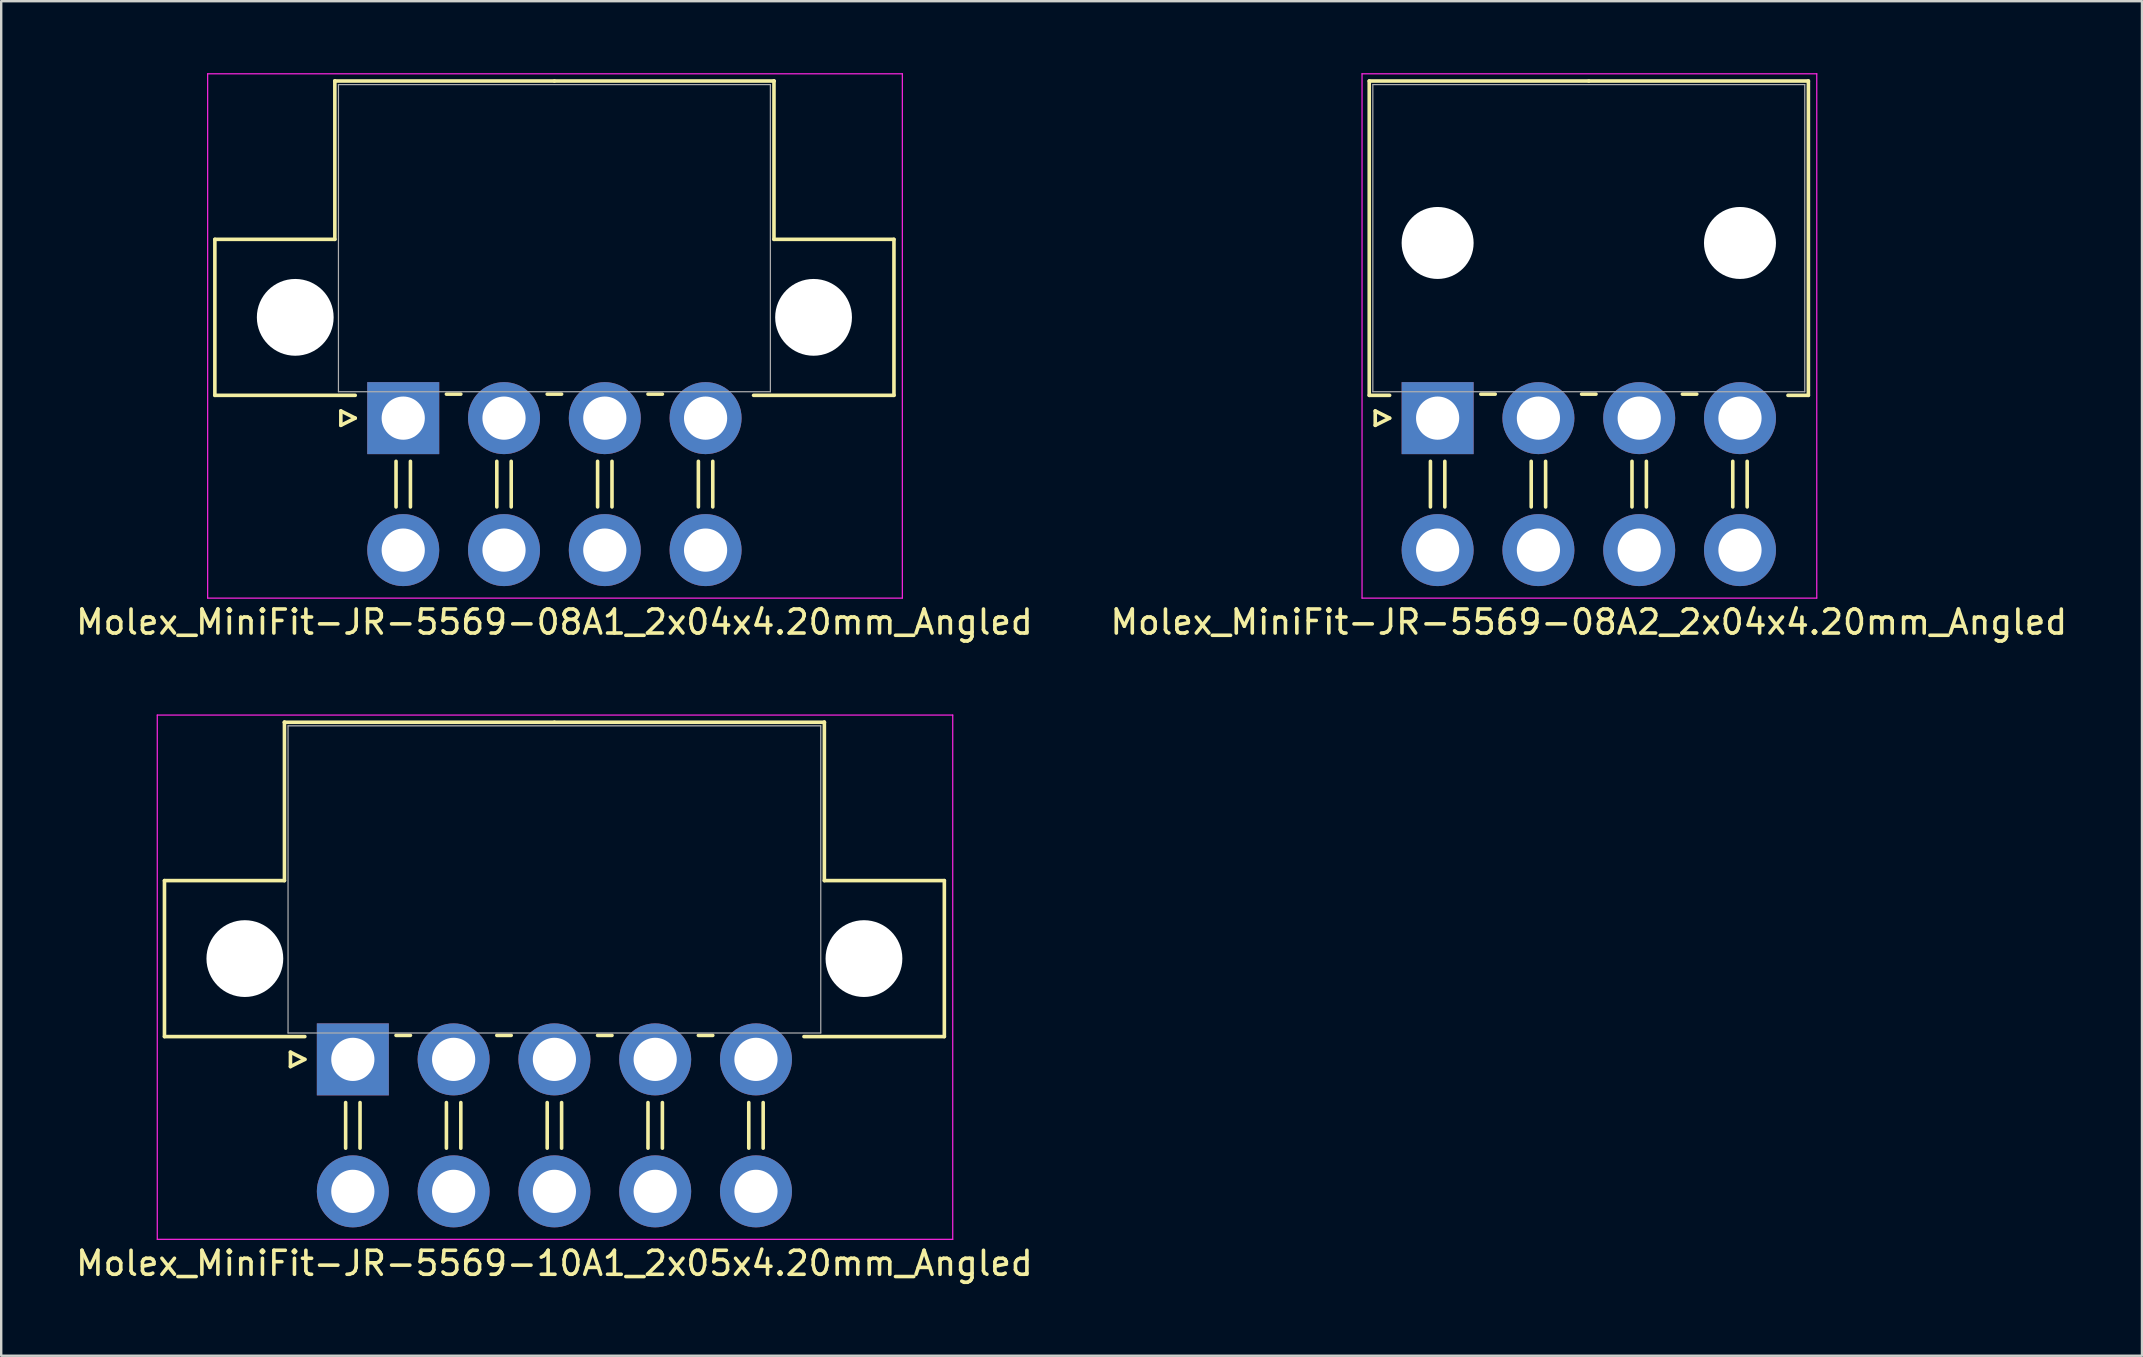
<source format=kicad_pcb>
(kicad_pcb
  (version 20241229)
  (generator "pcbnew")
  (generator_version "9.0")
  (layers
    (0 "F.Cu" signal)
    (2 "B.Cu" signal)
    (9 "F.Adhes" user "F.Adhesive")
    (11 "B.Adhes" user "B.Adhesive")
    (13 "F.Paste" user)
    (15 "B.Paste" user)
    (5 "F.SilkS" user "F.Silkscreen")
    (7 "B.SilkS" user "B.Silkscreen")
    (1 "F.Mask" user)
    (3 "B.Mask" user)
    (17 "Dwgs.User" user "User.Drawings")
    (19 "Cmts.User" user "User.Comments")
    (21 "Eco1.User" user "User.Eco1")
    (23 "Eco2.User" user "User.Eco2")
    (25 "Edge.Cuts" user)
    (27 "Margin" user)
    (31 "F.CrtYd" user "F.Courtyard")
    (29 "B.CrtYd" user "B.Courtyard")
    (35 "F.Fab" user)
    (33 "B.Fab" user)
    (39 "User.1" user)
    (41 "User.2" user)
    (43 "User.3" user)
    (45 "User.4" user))
  (footprint "Molex_MiniFit-JR-5569-10A1_2x05x4.20mm_Angled"
    (layer "F.Cu")
    (at 11.654 41.098)
    (property "Reference" "Molex_MiniFit-JR-5569-10A1_2x05x4.20mm_Angled" (at 8.4 8.5 0) (layer "F.SilkS") (effects (font (size 1 1) (thickness 0.15))))
    (attr through_hole)
    (fp_line (start -7.85 -7.45) (end -7.85 -0.95) (stroke (width 0.15) (type solid)) (layer "F.SilkS"))
    (fp_line (start -7.85 -0.95) (end -2 -0.95) (stroke (width 0.15) (type solid)) (layer "F.SilkS"))
    (fp_line (start -2.85 -14.05) (end -2.85 -14.05) (stroke (width 0.15) (type solid)) (layer "F.SilkS"))
    (fp_line (start -2.85 -14.05) (end -2.85 -7.45) (stroke (width 0.15) (type solid)) (layer "F.SilkS"))
    (fp_line (start -2.85 -7.45) (end -7.85 -7.45) (stroke (width 0.15) (type solid)) (layer "F.SilkS"))
    (fp_line (start -2.6 -0.3) (end -2 0) (stroke (width 0.15) (type solid)) (layer "F.SilkS"))
    (fp_line (start -2.6 0.3) (end -2.6 -0.3) (stroke (width 0.15) (type solid)) (layer "F.SilkS"))
    (fp_line (start -2 0) (end -2.6 0.3) (stroke (width 0.15) (type solid)) (layer "F.SilkS"))
    (fp_line (start -0.3 1.8) (end -0.3 3.7) (stroke (width 0.15) (type solid)) (layer "F.SilkS"))
    (fp_line (start 0.3 1.8) (end 0.3 3.7) (stroke (width 0.15) (type solid)) (layer "F.SilkS"))
    (fp_line (start 1.8 -1) (end 2.4 -1) (stroke (width 0.15) (type solid)) (layer "F.SilkS"))
    (fp_line (start 3.9 1.8) (end 3.9 3.7) (stroke (width 0.15) (type solid)) (layer "F.SilkS"))
    (fp_line (start 4.5 1.8) (end 4.5 3.7) (stroke (width 0.15) (type solid)) (layer "F.SilkS"))
    (fp_line (start 6 -1) (end 6.6 -1) (stroke (width 0.15) (type solid)) (layer "F.SilkS"))
    (fp_line (start 8.1 1.8) (end 8.1 3.7) (stroke (width 0.15) (type solid)) (layer "F.SilkS"))
    (fp_line (start 8.4 -14.05) (end -2.85 -14.05) (stroke (width 0.15) (type solid)) (layer "F.SilkS"))
    (fp_line (start 8.4 -14.05) (end 19.65 -14.05) (stroke (width 0.15) (type solid)) (layer "F.SilkS"))
    (fp_line (start 8.7 1.8) (end 8.7 3.7) (stroke (width 0.15) (type solid)) (layer "F.SilkS"))
    (fp_line (start 10.2 -1) (end 10.8 -1) (stroke (width 0.15) (type solid)) (layer "F.SilkS"))
    (fp_line (start 12.3 1.8) (end 12.3 3.7) (stroke (width 0.15) (type solid)) (layer "F.SilkS"))
    (fp_line (start 12.9 1.8) (end 12.9 3.7) (stroke (width 0.15) (type solid)) (layer "F.SilkS"))
    (fp_line (start 14.4 -1) (end 15 -1) (stroke (width 0.15) (type solid)) (layer "F.SilkS"))
    (fp_line (start 16.5 1.8) (end 16.5 3.7) (stroke (width 0.15) (type solid)) (layer "F.SilkS"))
    (fp_line (start 17.1 1.8) (end 17.1 3.7) (stroke (width 0.15) (type solid)) (layer "F.SilkS"))
    (fp_line (start 19.65 -14.05) (end 19.65 -14.05) (stroke (width 0.15) (type solid)) (layer "F.SilkS"))
    (fp_line (start 19.65 -14.05) (end 19.65 -7.45) (stroke (width 0.15) (type solid)) (layer "F.SilkS"))
    (fp_line (start 19.65 -7.45) (end 24.65 -7.45) (stroke (width 0.15) (type solid)) (layer "F.SilkS"))
    (fp_line (start 24.65 -7.45) (end 24.65 -0.95) (stroke (width 0.15) (type solid)) (layer "F.SilkS"))
    (fp_line (start 24.65 -0.95) (end 18.8 -0.95) (stroke (width 0.15) (type solid)) (layer "F.SilkS"))
    (fp_line (start -8.15 -14.35) (end -8.15 7.5) (stroke (width 0.05) (type solid)) (layer "F.CrtYd"))
    (fp_line (start -8.15 7.5) (end 25 7.5) (stroke (width 0.05) (type solid)) (layer "F.CrtYd"))
    (fp_line (start 25 -14.35) (end -8.15 -14.35) (stroke (width 0.05) (type solid)) (layer "F.CrtYd"))
    (fp_line (start 25 7.5) (end 25 -14.35) (stroke (width 0.05) (type solid)) (layer "F.CrtYd"))
    (fp_line (start -2.7 -13.9) (end -2.7 -1.1) (stroke (width 0.05) (type solid)) (layer "F.Fab"))
    (fp_line (start -2.7 -1.1) (end 19.5 -1.1) (stroke (width 0.05) (type solid)) (layer "F.Fab"))
    (fp_line (start 19.5 -13.9) (end -2.7 -13.9) (stroke (width 0.05) (type solid)) (layer "F.Fab"))
    (fp_line (start 19.5 -1.1) (end 19.5 -13.9) (stroke (width 0.05) (type solid)) (layer "F.Fab"))
    (pad "" np_thru_hole circle (at -4.5 -4.2) (size 3.2 3.2) (drill 3.2) (layers "*.Cu"))
    (pad "" np_thru_hole circle (at 21.3 -4.2) (size 3.2 3.2) (drill 3.2) (layers "*.Cu"))
    (pad "1" thru_hole rect (at 0 0) (size 3 3) (drill 1.8) (layers "*.Cu" "*.Mask"))
    (pad "2" thru_hole circle (at 4.2 0) (size 3 3) (drill 1.8) (layers "*.Cu" "*.Mask"))
    (pad "3" thru_hole circle (at 8.4 0) (size 3 3) (drill 1.8) (layers "*.Cu" "*.Mask"))
    (pad "4" thru_hole circle (at 12.6 0) (size 3 3) (drill 1.8) (layers "*.Cu" "*.Mask"))
    (pad "5" thru_hole circle (at 16.8 0) (size 3 3) (drill 1.8) (layers "*.Cu" "*.Mask"))
    (pad "6" thru_hole circle (at 0 5.5) (size 3 3) (drill 1.8) (layers "*.Cu" "*.Mask"))
    (pad "7" thru_hole circle (at 4.2 5.5) (size 3 3) (drill 1.8) (layers "*.Cu" "*.Mask"))
    (pad "8" thru_hole circle (at 8.4 5.5) (size 3 3) (drill 1.8) (layers "*.Cu" "*.Mask"))
    (pad "9" thru_hole circle (at 12.6 5.5) (size 3 3) (drill 1.8) (layers "*.Cu" "*.Mask"))
    (pad "10" thru_hole circle (at 16.8 5.5) (size 3 3) (drill 1.8) (layers "*.Cu" "*.Mask")))
  (footprint "Molex_MiniFit-JR-5569-08A2_2x04x4.20mm_Angled"
    (layer "F.Cu")
    (at 56.861 14.375)
    (property "Reference" "Molex_MiniFit-JR-5569-08A2_2x04x4.20mm_Angled" (at 6.3 8.5 0) (layer "F.SilkS") (effects (font (size 1 1) (thickness 0.15))))
    (attr through_hole)
    (fp_line (start -2.85 -14.05) (end 6.3 -14.05) (stroke (width 0.15) (type solid)) (layer "F.SilkS"))
    (fp_line (start -2.85 -0.95) (end -2.85 -14.05) (stroke (width 0.15) (type solid)) (layer "F.SilkS"))
    (fp_line (start -2.6 -0.3) (end -2 0) (stroke (width 0.15) (type solid)) (layer "F.SilkS"))
    (fp_line (start -2.6 0.3) (end -2.6 -0.3) (stroke (width 0.15) (type solid)) (layer "F.SilkS"))
    (fp_line (start -2 -0.95) (end -2.85 -0.95) (stroke (width 0.15) (type solid)) (layer "F.SilkS"))
    (fp_line (start -2 0) (end -2.6 0.3) (stroke (width 0.15) (type solid)) (layer "F.SilkS"))
    (fp_line (start -0.3 1.8) (end -0.3 3.7) (stroke (width 0.15) (type solid)) (layer "F.SilkS"))
    (fp_line (start 0.3 1.8) (end 0.3 3.7) (stroke (width 0.15) (type solid)) (layer "F.SilkS"))
    (fp_line (start 1.8 -1) (end 2.4 -1) (stroke (width 0.15) (type solid)) (layer "F.SilkS"))
    (fp_line (start 3.9 1.8) (end 3.9 3.7) (stroke (width 0.15) (type solid)) (layer "F.SilkS"))
    (fp_line (start 4.5 1.8) (end 4.5 3.7) (stroke (width 0.15) (type solid)) (layer "F.SilkS"))
    (fp_line (start 6 -1) (end 6.6 -1) (stroke (width 0.15) (type solid)) (layer "F.SilkS"))
    (fp_line (start 8.1 1.8) (end 8.1 3.7) (stroke (width 0.15) (type solid)) (layer "F.SilkS"))
    (fp_line (start 8.7 1.8) (end 8.7 3.7) (stroke (width 0.15) (type solid)) (layer "F.SilkS"))
    (fp_line (start 10.2 -1) (end 10.8 -1) (stroke (width 0.15) (type solid)) (layer "F.SilkS"))
    (fp_line (start 12.3 1.8) (end 12.3 3.7) (stroke (width 0.15) (type solid)) (layer "F.SilkS"))
    (fp_line (start 12.9 1.8) (end 12.9 3.7) (stroke (width 0.15) (type solid)) (layer "F.SilkS"))
    (fp_line (start 14.6 -0.95) (end 15.45 -0.95) (stroke (width 0.15) (type solid)) (layer "F.SilkS"))
    (fp_line (start 15.45 -14.05) (end 6.3 -14.05) (stroke (width 0.15) (type solid)) (layer "F.SilkS"))
    (fp_line (start 15.45 -0.95) (end 15.45 -14.05) (stroke (width 0.15) (type solid)) (layer "F.SilkS"))
    (fp_line (start -3.15 -14.35) (end -3.15 7.5) (stroke (width 0.05) (type solid)) (layer "F.CrtYd"))
    (fp_line (start -3.15 7.5) (end 15.8 7.5) (stroke (width 0.05) (type solid)) (layer "F.CrtYd"))
    (fp_line (start 15.8 -14.35) (end -3.15 -14.35) (stroke (width 0.05) (type solid)) (layer "F.CrtYd"))
    (fp_line (start 15.8 7.5) (end 15.8 -14.35) (stroke (width 0.05) (type solid)) (layer "F.CrtYd"))
    (fp_line (start -2.7 -13.9) (end -2.7 -1.1) (stroke (width 0.05) (type solid)) (layer "F.Fab"))
    (fp_line (start -2.7 -1.1) (end 15.3 -1.1) (stroke (width 0.05) (type solid)) (layer "F.Fab"))
    (fp_line (start 15.3 -13.9) (end -2.7 -13.9) (stroke (width 0.05) (type solid)) (layer "F.Fab"))
    (fp_line (start 15.3 -1.1) (end 15.3 -13.9) (stroke (width 0.05) (type solid)) (layer "F.Fab"))
    (pad "" np_thru_hole circle (at 0 -7.3) (size 3 3) (drill 3) (layers "*.Cu"))
    (pad "" np_thru_hole circle (at 12.6 -7.3) (size 3 3) (drill 3) (layers "*.Cu"))
    (pad "1" thru_hole rect (at 0 0) (size 3 3) (drill 1.8) (layers "*.Cu" "*.Mask"))
    (pad "2" thru_hole circle (at 4.2 0) (size 3 3) (drill 1.8) (layers "*.Cu" "*.Mask"))
    (pad "3" thru_hole circle (at 8.4 0) (size 3 3) (drill 1.8) (layers "*.Cu" "*.Mask"))
    (pad "4" thru_hole circle (at 12.6 0) (size 3 3) (drill 1.8) (layers "*.Cu" "*.Mask"))
    (pad "5" thru_hole circle (at 0 5.5) (size 3 3) (drill 1.8) (layers "*.Cu" "*.Mask"))
    (pad "6" thru_hole circle (at 4.2 5.5) (size 3 3) (drill 1.8) (layers "*.Cu" "*.Mask"))
    (pad "7" thru_hole circle (at 8.4 5.5) (size 3 3) (drill 1.8) (layers "*.Cu" "*.Mask"))
    (pad "8" thru_hole circle (at 12.6 5.5) (size 3 3) (drill 1.8) (layers "*.Cu" "*.Mask")))
  (footprint "Molex_MiniFit-JR-5569-08A1_2x04x4.20mm_Angled"
    (layer "F.Cu")
    (at 13.754 14.375)
    (property "Reference" "Molex_MiniFit-JR-5569-08A1_2x04x4.20mm_Angled" (at 6.3 8.5 0) (layer "F.SilkS") (effects (font (size 1 1) (thickness 0.15))))
    (attr through_hole)
    (fp_line (start -7.85 -7.45) (end -7.85 -0.95) (stroke (width 0.15) (type solid)) (layer "F.SilkS"))
    (fp_line (start -7.85 -0.95) (end -2 -0.95) (stroke (width 0.15) (type solid)) (layer "F.SilkS"))
    (fp_line (start -2.85 -14.05) (end -2.85 -14.05) (stroke (width 0.15) (type solid)) (layer "F.SilkS"))
    (fp_line (start -2.85 -14.05) (end -2.85 -7.45) (stroke (width 0.15) (type solid)) (layer "F.SilkS"))
    (fp_line (start -2.85 -7.45) (end -7.85 -7.45) (stroke (width 0.15) (type solid)) (layer "F.SilkS"))
    (fp_line (start -2.6 -0.3) (end -2 0) (stroke (width 0.15) (type solid)) (layer "F.SilkS"))
    (fp_line (start -2.6 0.3) (end -2.6 -0.3) (stroke (width 0.15) (type solid)) (layer "F.SilkS"))
    (fp_line (start -2 0) (end -2.6 0.3) (stroke (width 0.15) (type solid)) (layer "F.SilkS"))
    (fp_line (start -0.3 1.8) (end -0.3 3.7) (stroke (width 0.15) (type solid)) (layer "F.SilkS"))
    (fp_line (start 0.3 1.8) (end 0.3 3.7) (stroke (width 0.15) (type solid)) (layer "F.SilkS"))
    (fp_line (start 1.8 -1) (end 2.4 -1) (stroke (width 0.15) (type solid)) (layer "F.SilkS"))
    (fp_line (start 3.9 1.8) (end 3.9 3.7) (stroke (width 0.15) (type solid)) (layer "F.SilkS"))
    (fp_line (start 4.5 1.8) (end 4.5 3.7) (stroke (width 0.15) (type solid)) (layer "F.SilkS"))
    (fp_line (start 6 -1) (end 6.6 -1) (stroke (width 0.15) (type solid)) (layer "F.SilkS"))
    (fp_line (start 6.3 -14.05) (end -2.85 -14.05) (stroke (width 0.15) (type solid)) (layer "F.SilkS"))
    (fp_line (start 6.3 -14.05) (end 15.45 -14.05) (stroke (width 0.15) (type solid)) (layer "F.SilkS"))
    (fp_line (start 8.1 1.8) (end 8.1 3.7) (stroke (width 0.15) (type solid)) (layer "F.SilkS"))
    (fp_line (start 8.7 1.8) (end 8.7 3.7) (stroke (width 0.15) (type solid)) (layer "F.SilkS"))
    (fp_line (start 10.2 -1) (end 10.8 -1) (stroke (width 0.15) (type solid)) (layer "F.SilkS"))
    (fp_line (start 12.3 1.8) (end 12.3 3.7) (stroke (width 0.15) (type solid)) (layer "F.SilkS"))
    (fp_line (start 12.9 1.8) (end 12.9 3.7) (stroke (width 0.15) (type solid)) (layer "F.SilkS"))
    (fp_line (start 15.45 -14.05) (end 15.45 -14.05) (stroke (width 0.15) (type solid)) (layer "F.SilkS"))
    (fp_line (start 15.45 -14.05) (end 15.45 -7.45) (stroke (width 0.15) (type solid)) (layer "F.SilkS"))
    (fp_line (start 15.45 -7.45) (end 20.45 -7.45) (stroke (width 0.15) (type solid)) (layer "F.SilkS"))
    (fp_line (start 20.45 -7.45) (end 20.45 -0.95) (stroke (width 0.15) (type solid)) (layer "F.SilkS"))
    (fp_line (start 20.45 -0.95) (end 14.6 -0.95) (stroke (width 0.15) (type solid)) (layer "F.SilkS"))
    (fp_line (start -8.15 -14.35) (end -8.15 7.5) (stroke (width 0.05) (type solid)) (layer "F.CrtYd"))
    (fp_line (start -8.15 7.5) (end 20.8 7.5) (stroke (width 0.05) (type solid)) (layer "F.CrtYd"))
    (fp_line (start 20.8 -14.35) (end -8.15 -14.35) (stroke (width 0.05) (type solid)) (layer "F.CrtYd"))
    (fp_line (start 20.8 7.5) (end 20.8 -14.35) (stroke (width 0.05) (type solid)) (layer "F.CrtYd"))
    (fp_line (start -2.7 -13.9) (end -2.7 -1.1) (stroke (width 0.05) (type solid)) (layer "F.Fab"))
    (fp_line (start -2.7 -1.1) (end 15.3 -1.1) (stroke (width 0.05) (type solid)) (layer "F.Fab"))
    (fp_line (start 15.3 -13.9) (end -2.7 -13.9) (stroke (width 0.05) (type solid)) (layer "F.Fab"))
    (fp_line (start 15.3 -1.1) (end 15.3 -13.9) (stroke (width 0.05) (type solid)) (layer "F.Fab"))
    (pad "" np_thru_hole circle (at -4.5 -4.2) (size 3.2 3.2) (drill 3.2) (layers "*.Cu"))
    (pad "" np_thru_hole circle (at 17.1 -4.2) (size 3.2 3.2) (drill 3.2) (layers "*.Cu"))
    (pad "1" thru_hole rect (at 0 0) (size 3 3) (drill 1.8) (layers "*.Cu" "*.Mask"))
    (pad "2" thru_hole circle (at 4.2 0) (size 3 3) (drill 1.8) (layers "*.Cu" "*.Mask"))
    (pad "3" thru_hole circle (at 8.4 0) (size 3 3) (drill 1.8) (layers "*.Cu" "*.Mask"))
    (pad "4" thru_hole circle (at 12.6 0) (size 3 3) (drill 1.8) (layers "*.Cu" "*.Mask"))
    (pad "5" thru_hole circle (at 0 5.5) (size 3 3) (drill 1.8) (layers "*.Cu" "*.Mask"))
    (pad "6" thru_hole circle (at 4.2 5.5) (size 3 3) (drill 1.8) (layers "*.Cu" "*.Mask"))
    (pad "7" thru_hole circle (at 8.4 5.5) (size 3 3) (drill 1.8) (layers "*.Cu" "*.Mask"))
    (pad "8" thru_hole circle (at 12.6 5.5) (size 3 3) (drill 1.8) (layers "*.Cu" "*.Mask")))
  (gr_rect
    (start -3 -3)
    (end 86.214 53.447)
    (stroke (width 0.1) (type default))
    (fill no)
    (layer "Edge.Cuts")))
</source>
